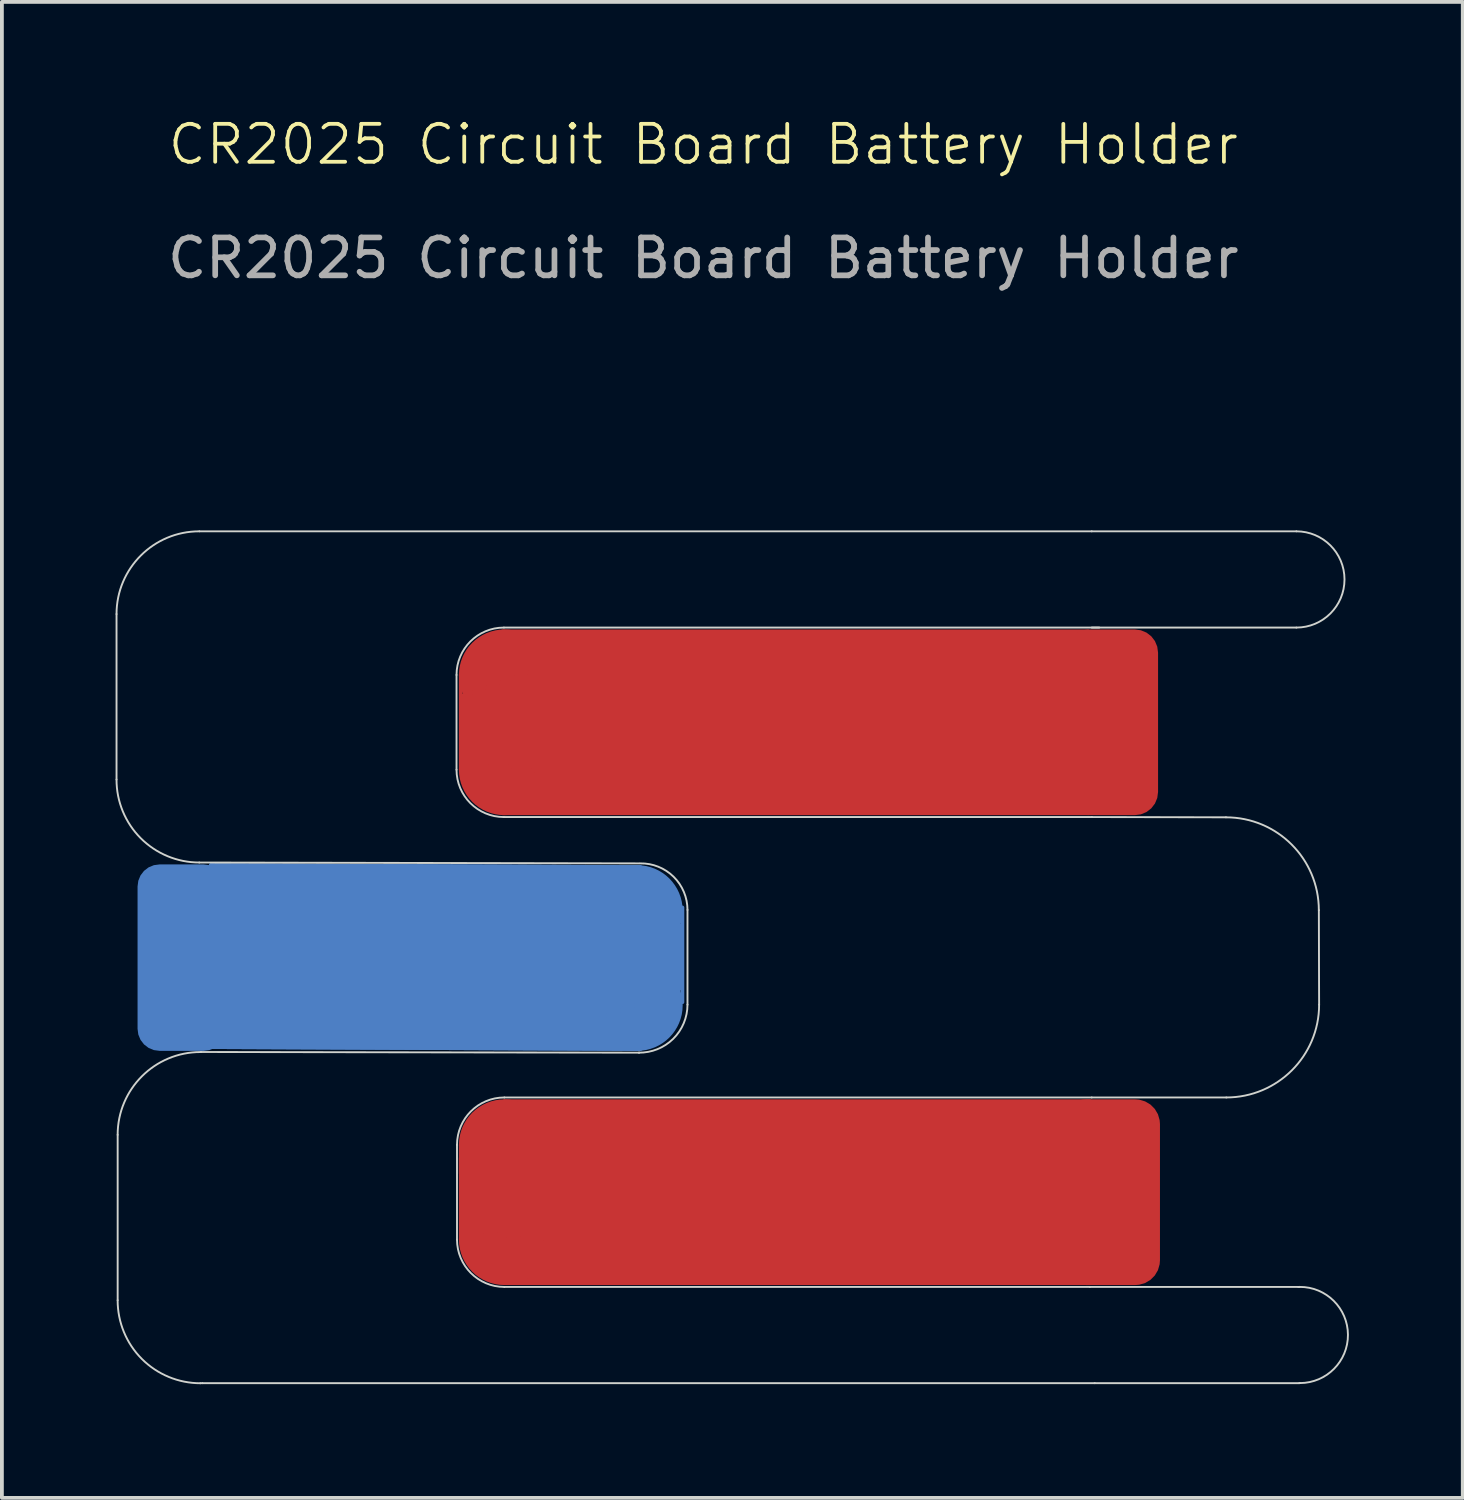
<source format=kicad_pcb>
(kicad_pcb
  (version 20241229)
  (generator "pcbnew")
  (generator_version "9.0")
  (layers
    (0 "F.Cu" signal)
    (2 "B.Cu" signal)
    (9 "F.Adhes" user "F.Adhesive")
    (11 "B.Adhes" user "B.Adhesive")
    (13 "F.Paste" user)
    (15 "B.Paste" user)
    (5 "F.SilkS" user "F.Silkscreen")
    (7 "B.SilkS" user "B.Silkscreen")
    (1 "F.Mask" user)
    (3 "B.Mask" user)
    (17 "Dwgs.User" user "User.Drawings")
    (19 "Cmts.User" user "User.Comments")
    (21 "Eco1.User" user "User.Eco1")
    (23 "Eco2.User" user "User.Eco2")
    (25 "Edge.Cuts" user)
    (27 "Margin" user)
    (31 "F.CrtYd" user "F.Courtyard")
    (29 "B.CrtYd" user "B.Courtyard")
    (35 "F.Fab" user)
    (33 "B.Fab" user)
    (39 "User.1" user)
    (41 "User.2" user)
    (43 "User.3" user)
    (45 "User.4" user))
  (footprint "CR2025 Circuit Board Battery Holder"
    (layer "F.Cu")
    (at 25.76 13.511)
    (property "Reference" "CR2025 Circuit Board Battery Holder" (at -10.25 -12.75 0) (unlocked yes) (layer "F.SilkS") (effects (font (size 1 1) (thickness 0.1))))
    (attr smd)
    (fp_line (start -16.65 3.75) (end -16.65 1.25) (stroke (width 0.1) (type default)) (layer "F.Cu"))
    (fp_line (start -16.65 16.15) (end -16.65 13.65) (stroke (width 0.1) (type default)) (layer "F.Cu"))
    (fp_line (start -16.6 14) (end -16.6 14.4) (stroke (width 0.2) (type default)) (layer "F.Cu"))
    (fp_rect (start -15.55 0.1) (end -0.1 4.9) (stroke (width 0.1) (type solid)) (fill yes) (layer "F.Cu"))
    (fp_rect (start -15.5 12.5) (end -0.05 17.3) (stroke (width 0.1) (type solid)) (fill yes) (layer "F.Cu"))
    (fp_circle (center -15.5 1.25) (end -14.35 1.25) (stroke (width 0.1) (type solid)) (fill yes) (layer "F.Cu"))
    (fp_circle (center -15.5 3.75) (end -14.35 3.75) (stroke (width 0.1) (type solid)) (fill yes) (layer "F.Cu"))
    (fp_circle (center -15.5 13.65) (end -14.35 13.65) (stroke (width 0.1) (type solid)) (fill yes) (layer "F.Cu"))
    (fp_circle (center -15.5 16.15) (end -14.35 16.15) (stroke (width 0.1) (type solid)) (fill yes) (layer "F.Cu"))
    (fp_poly (pts (xy -14.3 3.85) (xy -16.6 3.45) (xy -16.6 1.8) (xy -14.5 1.05) (xy -14.3 1.35)) (stroke (width 0.1) (type solid)) (fill yes) (layer "F.Cu"))
    (fp_poly (pts (xy -14.3 16.25) (xy -16.6 15.85) (xy -16.6 14.2) (xy -14.5 13.45) (xy -14.3 13.75)) (stroke (width 0.1) (type solid)) (fill yes) (layer "F.Cu"))
    (fp_line (start -16.65 3.75) (end -16.65 1.25) (stroke (width 0.1) (type default)) (layer "F.Mask"))
    (fp_line (start -16.65 16.15) (end -16.65 13.65) (stroke (width 0.1) (type default)) (layer "F.Mask"))
    (fp_line (start -16.6 13.95) (end -16.592 14.193) (stroke (width 0.1) (type default)) (layer "F.Mask"))
    (fp_rect (start -15.55 0.1) (end -0.1 4.9) (stroke (width 0.1) (type solid)) (fill yes) (layer "F.Mask"))
    (fp_rect (start -15.5 12.5) (end -0.05 17.3) (stroke (width 0.1) (type solid)) (fill yes) (layer "F.Mask"))
    (fp_circle (center -15.5 1.25) (end -14.35 1.25) (stroke (width 0.1) (type solid)) (fill yes) (layer "F.Mask"))
    (fp_circle (center -15.5 3.75) (end -14.35 3.75) (stroke (width 0.1) (type solid)) (fill yes) (layer "F.Mask"))
    (fp_circle (center -15.492 13.643) (end -14.342 13.643) (stroke (width 0.1) (type solid)) (fill yes) (layer "F.Mask"))
    (fp_circle (center -15.492 16.143) (end -14.342 16.143) (stroke (width 0.1) (type solid)) (fill yes) (layer "F.Mask"))
    (fp_poly (pts (xy -14.3 3.85) (xy -16.6 3.45) (xy -16.6 1.8) (xy -14.5 1.05) (xy -14.3 1.35)) (stroke (width 0.1) (type solid)) (fill yes) (layer "F.Mask"))
    (fp_poly (pts (xy -14.292 16.243) (xy -16.592 15.843) (xy -16.592 14.193) (xy -14.492 13.443) (xy -14.292 13.743)) (stroke (width 0.1) (type solid)) (fill yes) (layer "F.Mask"))
    (fp_line (start -10.802 7.386) (end -10.802 9.886) (stroke (width 0.1) (type default)) (layer "B.Cu"))
    (fp_circle (center -11.995 7.47) (end -10.845 7.47) (stroke (width 0.1) (type solid)) (fill yes) (layer "B.Cu"))
    (fp_circle (center -11.995 9.97) (end -10.845 9.97) (stroke (width 0.1) (type solid)) (fill yes) (layer "B.Cu"))
    (fp_poly (pts (xy -11.916 11.121) (xy -23.247 11.07) (xy -23.247 6.27) (xy -11.916 6.321)) (stroke (width 0.1) (type solid)) (fill yes) (layer "B.Cu"))
    (fp_poly (pts (xy -11.916 11.121) (xy -23.247 11.07) (xy -23.247 6.27) (xy -11.916 6.321)) (stroke (width 0.1) (type solid)) (fill yes) (layer "B.Cu"))
    (fp_poly (pts (xy -13.145 7.47) (xy -10.845 7.87) (xy -10.845 9.52) (xy -12.945 10.27) (xy -13.145 9.97)) (stroke (width 0.1) (type solid)) (fill yes) (layer "B.Cu"))
    (fp_line (start -10.802 7.386) (end -10.802 9.886) (stroke (width 0.1) (type default)) (layer "B.Mask"))
    (fp_circle (center -11.945 7.45) (end -10.795 7.45) (stroke (width 0.1) (type solid)) (fill yes) (layer "B.Mask"))
    (fp_circle (center -11.945 9.95) (end -10.795 9.95) (stroke (width 0.1) (type solid)) (fill yes) (layer "B.Mask"))
    (fp_poly (pts (xy -13.095 7.45) (xy -10.795 7.85) (xy -10.795 9.5) (xy -12.895 10.25) (xy -13.095 9.95)) (stroke (width 0.1) (type solid)) (fill yes) (layer "B.Mask"))
    (fp_line (start -25.735 4.009) (end -25.735 -0.356) (stroke (width 0.05) (type default)) (layer "Edge.Cuts"))
    (fp_line (start -25.705 17.751) (end -25.705 13.386) (stroke (width 0.05) (type default)) (layer "Edge.Cuts"))
    (fp_line (start -23.55 -2.54) (end 0 -2.54) (stroke (width 0.05) (type default)) (layer "Edge.Cuts"))
    (fp_line (start -23.55 6.2) (end -11.938 6.223) (stroke (width 0.05) (type default)) (layer "Edge.Cuts"))
    (fp_line (start -23.5 11.2) (end -23.52 11.201) (stroke (width 0.05) (type default)) (layer "Edge.Cuts"))
    (fp_line (start -23.5 11.2) (end -11.938 11.218) (stroke (width 0.05) (type default)) (layer "Edge.Cuts"))
    (fp_line (start -23.47 19.939) (end -23.52 19.941) (stroke (width 0.05) (type default)) (layer "Edge.Cuts"))
    (fp_line (start -16.763 3.75) (end -16.763 1.25) (stroke (width 0.05) (type default)) (layer "Edge.Cuts"))
    (fp_line (start -16.75 16.15) (end -16.75 13.65) (stroke (width 0.05) (type default)) (layer "Edge.Cuts"))
    (fp_line (start -15.513 -0.000005) (end 0.2 -0.000002) (stroke (width 0.05) (type default)) (layer "Edge.Cuts"))
    (fp_line (start -15.5 12.4) (end 0 12.4) (stroke (width 0.05) (type default)) (layer "Edge.Cuts"))
    (fp_line (start -10.668 7.45) (end -10.668 9.95) (stroke (width 0.05) (type default)) (layer "Edge.Cuts"))
    (fp_line (start -0.05 17.4) (end -15.5 17.4) (stroke (width 0.05) (type default)) (layer "Edge.Cuts"))
    (fp_line (start 0 -2.54) (end 5.4 -2.54) (stroke (width 0.05) (type default)) (layer "Edge.Cuts"))
    (fp_line (start 0 5) (end -15.513 5) (stroke (width 0.05) (type default)) (layer "Edge.Cuts"))
    (fp_line (start 0 5) (end 3.543 5.007) (stroke (width 0.05) (type default)) (layer "Edge.Cuts"))
    (fp_line (start 0 12.4) (end 3.55 12.4) (stroke (width 0.05) (type default)) (layer "Edge.Cuts"))
    (fp_line (start 0.076 19.939) (end 5.476 19.939) (stroke (width 0.05) (type default)) (layer "Edge.Cuts"))
    (fp_line (start 0.08 19.939) (end -23.47 19.939) (stroke (width 0.05) (type default)) (layer "Edge.Cuts"))
    (fp_line (start 5.4 0) (end 0 0) (stroke (width 0.05) (type default)) (layer "Edge.Cuts"))
    (fp_line (start 5.45 17.4) (end -0.05 17.4) (stroke (width 0.05) (type default)) (layer "Edge.Cuts"))
    (fp_line (start 5.486 17.399) (end 5.45 17.4) (stroke (width 0.05) (type default)) (layer "Edge.Cuts"))
    (fp_line (start 5.497 19.937) (end 5.476 19.939) (stroke (width 0.05) (type default)) (layer "Edge.Cuts"))
    (fp_line (start 5.993 7.457) (end 6 9.95) (stroke (width 0.05) (type default)) (layer "Edge.Cuts"))
    (fp_arc (start -25.735 -0.355663) (mid -25.094794 -1.900263) (end -23.55 -2.54) (stroke (width 0.05) (type default)) (layer "Edge.Cuts"))
    (fp_arc (start -25.7054 13.385737) (mid -25.065194 11.841137) (end -23.5204 11.2014) (stroke (width 0.05) (type default)) (layer "Edge.Cuts"))
    (fp_arc (start -23.55 6.2) (mid -25.096994 5.55806) (end -25.734993 4.009437) (stroke (width 0.05) (type default)) (layer "Edge.Cuts"))
    (fp_arc (start -23.5204 19.9414) (mid -25.067394 19.29946) (end -25.705393 17.750837) (stroke (width 0.05) (type default)) (layer "Edge.Cuts"))
    (fp_arc (start -16.762951 1.249995) (mid -16.396834 0.366112) (end -15.512951 -0.000005) (stroke (width 0.05) (type default)) (layer "Edge.Cuts"))
    (fp_arc (start -16.750002 13.649997) (mid -16.383885 12.766114) (end -15.500002 12.399997) (stroke (width 0.05) (type default)) (layer "Edge.Cuts"))
    (fp_arc (start -15.512951 5.000001) (mid -16.396834 4.633884) (end -16.762951 3.750001) (stroke (width 0.05) (type default)) (layer "Edge.Cuts"))
    (fp_arc (start -15.500002 17.400003) (mid -16.383885 17.033886) (end -16.750002 16.150003) (stroke (width 0.05) (type default)) (layer "Edge.Cuts"))
    (fp_arc (start -11.915163 6.223) (mid -11.034527 6.575222) (end -10.668 7.45) (stroke (width 0.05) (type default)) (layer "Edge.Cuts"))
    (fp_arc (start -10.668 9.95) (mid -11.046414 10.853474) (end -11.955745 11.217587) (stroke (width 0.05) (type default)) (layer "Edge.Cuts"))
    (fp_arc (start 3.542588 5.007412) (mid 5.275 5.725) (end 5.992588 7.457412) (stroke (width 0.05) (type default)) (layer "Edge.Cuts"))
    (fp_arc (start 5.4 -2.54) (mid 6.67 -1.27) (end 5.4 0) (stroke (width 0.05) (type default)) (layer "Edge.Cuts"))
    (fp_arc (start 5.4864 17.399) (mid 6.766436 18.6625) (end 5.4974 19.937048) (stroke (width 0.05) (type default)) (layer "Edge.Cuts"))
    (fp_arc (start 6 9.95) (mid 5.282412 11.682412) (end 3.55 12.4) (stroke (width 0.05) (type default)) (layer "Edge.Cuts"))
    (fp_text user "${REFERENCE}" (at -10.25 -9.75 0) (unlocked yes) (layer "F.Fab") (effects (font (size 1 1) (thickness 0.15))))
    (pad "1" smd roundrect (at 0.5 14.9) (size 2.6 4.9) (layers "F.Cu" "F.Mask" "F.Paste") (roundrect_rratio 0.25))
    (pad "1" smd roundrect (at 0.525 2.5) (size 2.45 4.9) (layers "F.Cu" "F.Mask" "F.Paste") (roundrect_rratio 0.25))
    (pad "2" smd roundrect (at -24.017 8.71) (size 2.326 4.92) (layers "B.Cu" "B.Mask" "F.Paste") (roundrect_rratio 0.25)))
  (gr_rect
    (start -3 -3)
    (end 35.551 36.477)
    (stroke (width 0.1) (type default))
    (fill no)
    (layer "Edge.Cuts")))
</source>
